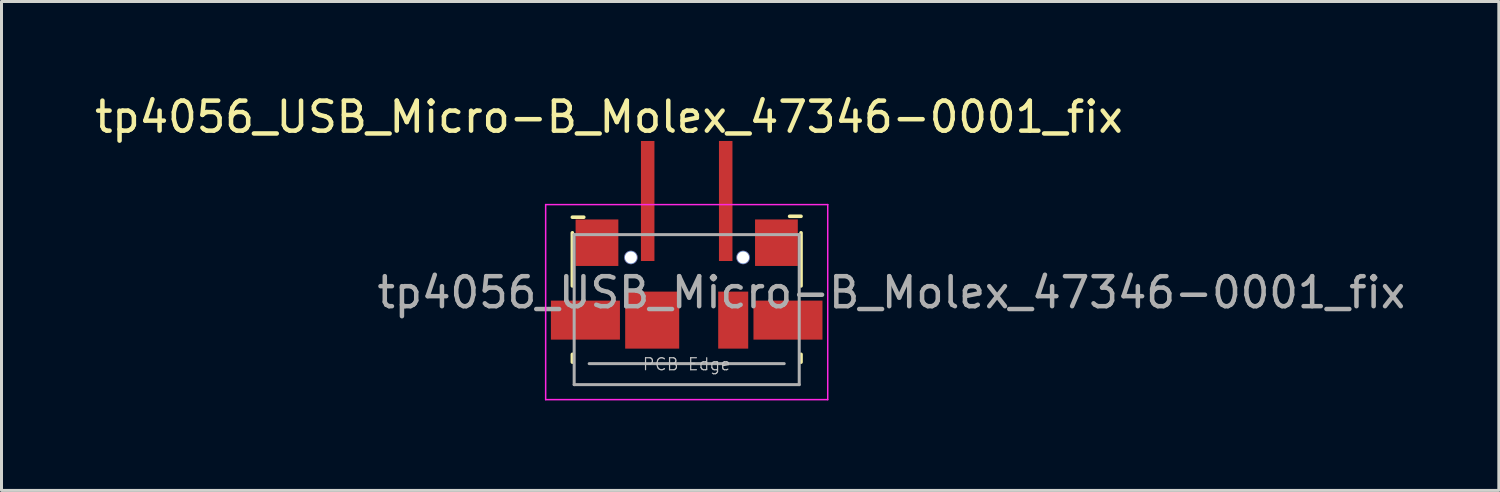
<source format=kicad_pcb>
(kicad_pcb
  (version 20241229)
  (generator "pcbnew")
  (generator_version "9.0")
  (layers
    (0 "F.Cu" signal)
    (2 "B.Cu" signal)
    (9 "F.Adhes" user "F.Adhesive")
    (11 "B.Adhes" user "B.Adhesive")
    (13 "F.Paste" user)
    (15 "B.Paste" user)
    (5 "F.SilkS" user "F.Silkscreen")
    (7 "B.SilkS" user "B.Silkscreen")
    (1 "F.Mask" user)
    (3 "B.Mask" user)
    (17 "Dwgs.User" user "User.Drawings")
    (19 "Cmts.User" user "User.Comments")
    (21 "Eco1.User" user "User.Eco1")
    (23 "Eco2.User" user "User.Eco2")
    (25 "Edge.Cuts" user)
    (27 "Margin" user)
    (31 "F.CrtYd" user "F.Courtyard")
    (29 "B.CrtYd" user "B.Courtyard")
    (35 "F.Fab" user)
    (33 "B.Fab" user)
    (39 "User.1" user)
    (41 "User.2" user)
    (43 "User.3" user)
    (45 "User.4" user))
  (footprint "tp4056_USB_Micro-B_Molex_47346-0001_fix"
    (layer "F.Cu")
    (at 19.834 6.418)
    (property "Reference" "tp4056_USB_Micro-B_Molex_47346-0001_fix" (at -2.59 -5.57 180) (layer "F.SilkS") (effects (font (size 1 1) (thickness 0.15))))
    (attr smd)
    (fp_line (start -3.81 -2.23) (end -3.43 -2.23) (stroke (width 0.12) (type solid)) (layer "F.SilkS"))
    (fp_line (start -3.81 0.06) (end -3.81 -1.71) (stroke (width 0.12) (type solid)) (layer "F.SilkS"))
    (fp_line (start -3.81 2.6) (end -3.81 2.34) (stroke (width 0.12) (type solid)) (layer "F.SilkS"))
    (fp_line (start 3.81 -2.26) (end 3.43 -2.26) (stroke (width 0.12) (type solid)) (layer "F.SilkS"))
    (fp_line (start 3.81 -1.71) (end 3.81 0.06) (stroke (width 0.12) (type solid)) (layer "F.SilkS"))
    (fp_line (start 3.81 2.34) (end 3.81 2.6) (stroke (width 0.12) (type solid)) (layer "F.SilkS"))
    (fp_line (start -4.7 -2.65) (end 4.7 -2.65) (stroke (width 0.05) (type solid)) (layer "F.CrtYd"))
    (fp_line (start -4.7 3.85) (end -4.7 -2.65) (stroke (width 0.05) (type solid)) (layer "F.CrtYd"))
    (fp_line (start 4.7 -2.65) (end 4.7 3.85) (stroke (width 0.05) (type solid)) (layer "F.CrtYd"))
    (fp_line (start 4.7 3.85) (end -4.7 3.85) (stroke (width 0.05) (type solid)) (layer "F.CrtYd"))
    (fp_line (start -3.75 -1.65) (end 3.75 -1.65) (stroke (width 0.1) (type solid)) (layer "F.Fab"))
    (fp_line (start -3.75 3.35) (end -3.75 -1.65) (stroke (width 0.1) (type solid)) (layer "F.Fab"))
    (fp_line (start -3.25 2.65) (end 3.25 2.65) (stroke (width 0.1) (type solid)) (layer "F.Fab"))
    (fp_line (start 3.75 -1.65) (end 3.75 3.35) (stroke (width 0.1) (type solid)) (layer "F.Fab"))
    (fp_line (start 3.75 3.35) (end -3.75 3.35) (stroke (width 0.1) (type solid)) (layer "F.Fab"))
    (fp_text user "PCB Edge" (at 0 2.67 180) (layer "Dwgs.User") (effects (font (size 0.4 0.4) (thickness 0.04))))
    (fp_text user "${REFERENCE}" (at 6.82 0.28 0) (layer "F.Fab") (effects (font (size 1 1) (thickness 0.15))))
    (pad "" np_thru_hole circle (at -1.86 -0.888) (size 0.45 0.45) (drill 0.4) (layers "*.Cu" "*.Mask"))
    (pad "" np_thru_hole circle (at 1.88 -0.888) (size 0.45 0.45) (drill 0.4) (layers "*.Cu" "*.Mask"))
    (pad "1" smd rect (at -1.3 -2.77) (size 0.45 4) (layers "F.Cu" "F.Mask" "F.Paste"))
    (pad "5" smd rect (at 1.3 -2.77) (size 0.45 4) (layers "F.Cu" "F.Mask" "F.Paste"))
    (pad "6" smd rect (at -3.375 1.2) (size 2.3 1.3) (layers "F.Cu" "F.Mask" "F.Paste"))
    (pad "6" smd rect (at -2.99 -1.38) (size 1.425 1.55) (layers "F.Cu" "F.Mask" "F.Paste"))
    (pad "6" smd rect (at -1.15 1.2) (size 1.8 1.9) (layers "F.Cu" "F.Mask" "F.Paste"))
    (pad "6" smd rect (at 1.55 1.2) (size 1 1.9) (layers "F.Cu" "F.Mask" "F.Paste"))
    (pad "6" smd rect (at 2.99 -1.38) (size 1.425 1.55) (layers "F.Cu" "F.Mask" "F.Paste"))
    (pad "6" smd rect (at 3.375 1.2) (size 2.3 1.3) (layers "F.Cu" "F.Mask" "F.Paste")))
  (gr_rect
    (start -3 -3)
    (end 46.898 13.293)
    (stroke (width 0.1) (type default))
    (fill no)
    (layer "Edge.Cuts")))
</source>
